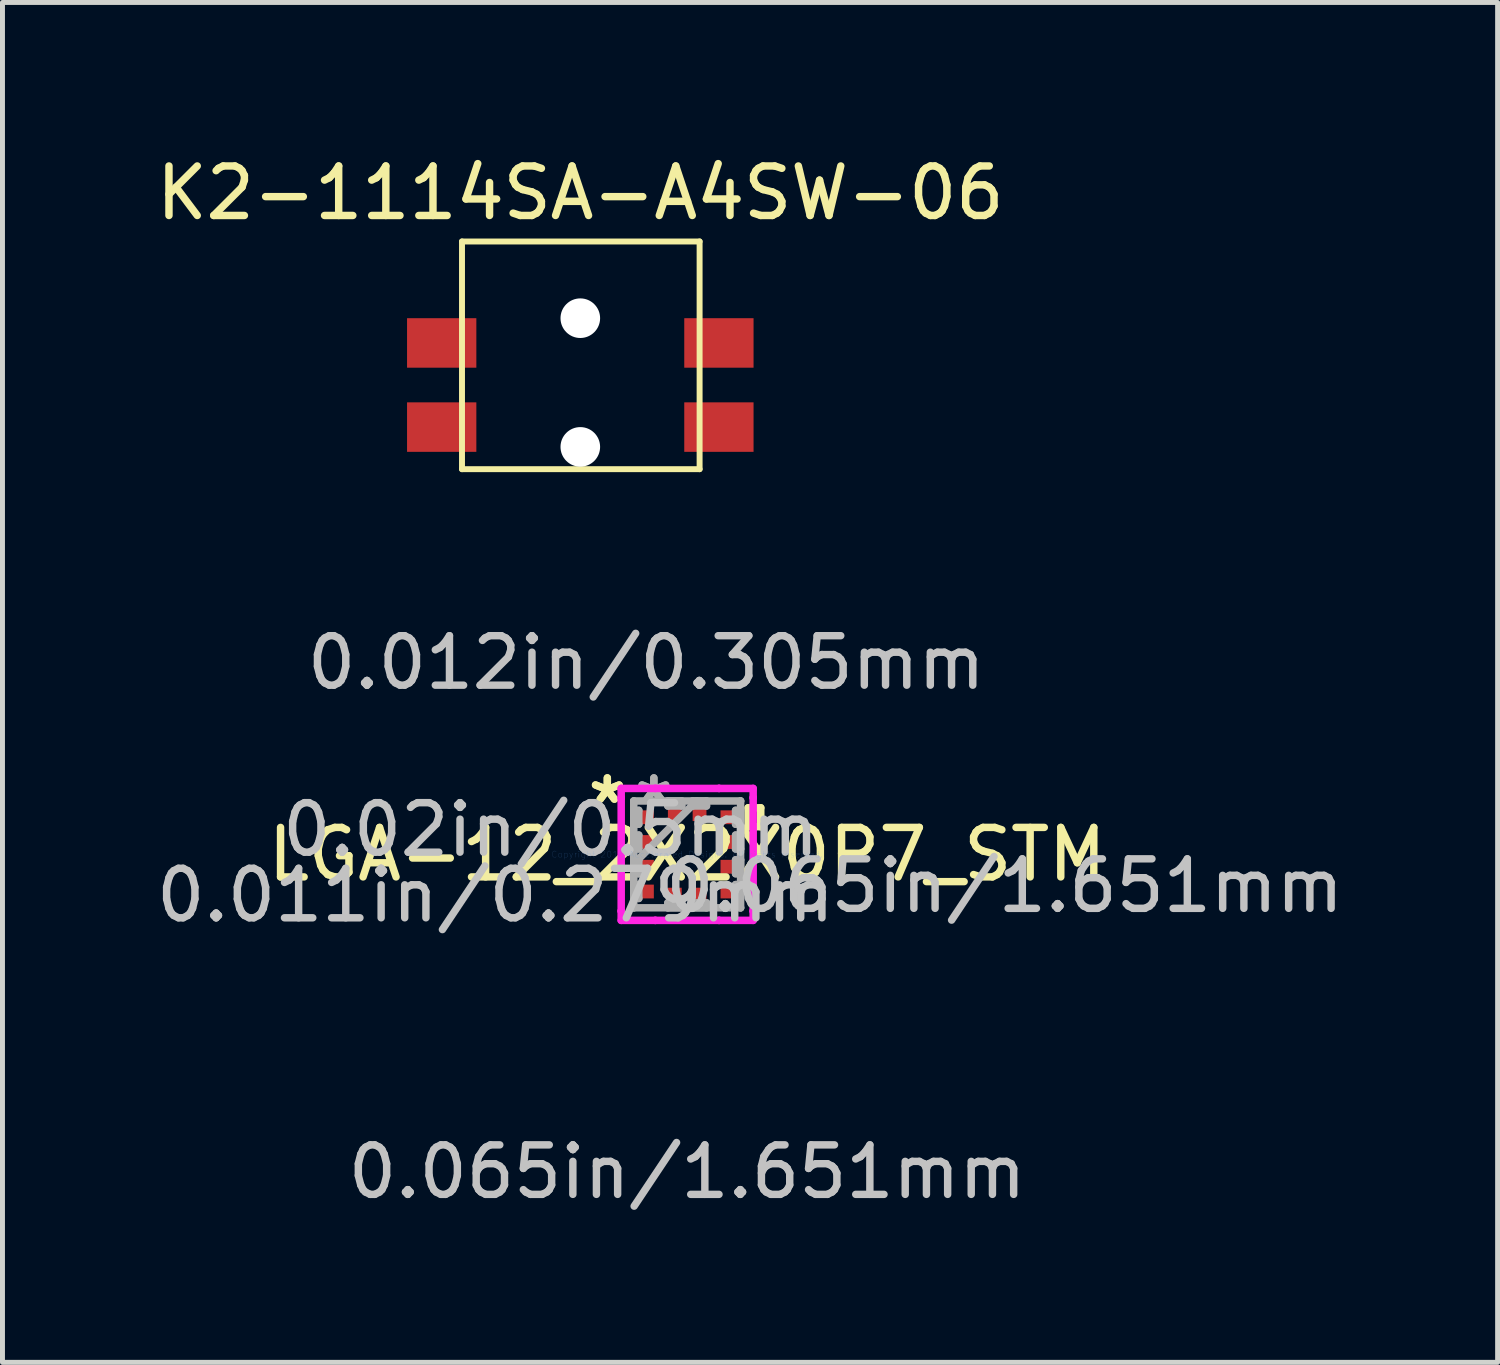
<source format=kicad_pcb>
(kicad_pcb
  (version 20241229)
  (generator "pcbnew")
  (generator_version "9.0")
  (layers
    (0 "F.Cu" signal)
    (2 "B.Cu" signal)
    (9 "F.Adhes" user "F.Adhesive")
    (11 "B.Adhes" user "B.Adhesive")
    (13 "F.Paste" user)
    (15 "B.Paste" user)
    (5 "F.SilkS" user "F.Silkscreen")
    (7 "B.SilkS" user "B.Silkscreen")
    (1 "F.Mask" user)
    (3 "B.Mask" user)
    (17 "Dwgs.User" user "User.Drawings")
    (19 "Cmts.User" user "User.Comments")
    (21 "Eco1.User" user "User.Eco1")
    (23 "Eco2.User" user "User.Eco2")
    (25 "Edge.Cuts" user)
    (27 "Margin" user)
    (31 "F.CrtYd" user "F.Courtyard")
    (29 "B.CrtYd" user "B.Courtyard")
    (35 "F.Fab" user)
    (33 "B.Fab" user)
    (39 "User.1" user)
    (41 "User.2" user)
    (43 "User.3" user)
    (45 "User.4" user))
  (footprint "K2-1114SA-A4SW-06"
    (layer "F.Cu")
    (at 8.673 4.678)
    (property "Reference" "K2-1114SA-A4SW-06" (at 0 -3.83 0) (layer "F.SilkS") (effects (font (size 1 1) (thickness 0.15))))
    (attr smd)
    (fp_line (start -2.39 -2.85) (end 2.41 -2.85) (stroke (width 0.12) (type solid)) (layer "F.SilkS"))
    (fp_line (start -2.39 1.75) (end -2.39 -2.85) (stroke (width 0.12) (type solid)) (layer "F.SilkS"))
    (fp_line (start 2.41 -2.85) (end 2.41 1.75) (stroke (width 0.12) (type solid)) (layer "F.SilkS"))
    (fp_line (start 2.41 1.75) (end -2.39 1.75) (stroke (width 0.12) (type solid)) (layer "F.SilkS"))
    (pad "" np_thru_hole circle (at 0 -1.3) (size 0.8 0.8) (drill 0.8) (layers "*.Cu" "*.Mask"))
    (pad "" np_thru_hole circle (at 0 1.3) (size 0.8 0.8) (drill 0.8) (layers "*.Cu" "*.Mask"))
    (pad "1" smd rect (at -2.8 -0.8) (size 1.4 1) (layers "F.Cu" "F.Mask" "F.Paste"))
    (pad "1" smd rect (at 2.8 -0.8) (size 1.4 1) (layers "F.Cu" "F.Mask" "F.Paste"))
    (pad "2" smd rect (at -2.8 0.9) (size 1.4 1) (layers "F.Cu" "F.Mask" "F.Paste"))
    (pad "2" smd rect (at 2.8 0.9) (size 1.4 1) (layers "F.Cu" "F.Mask" "F.Paste")))
  (footprint "LGA-12_2X2X0P7_STM"
    (layer "F.Cu")
    (at 10.832 14.21)
    (property "Reference" "LGA-12_2X2X0P7_STM" (at 0 0 0) (layer "F.SilkS") (effects (font (size 1 1) (thickness 0.15))))
    (attr through_hole)
    (fp_line (start 1.232 -0.941) (end 1.486 -0.941) (stroke (width 0.152) (type solid)) (layer "F.SilkS"))
    (fp_line (start 1.232 -0.56) (end 1.232 -0.941) (stroke (width 0.152) (type solid)) (layer "F.SilkS"))
    (fp_line (start 1.486 -0.941) (end 1.486 -0.56) (stroke (width 0.152) (type solid)) (layer "F.SilkS"))
    (fp_line (start 1.486 -0.56) (end 1.232 -0.56) (stroke (width 0.152) (type solid)) (layer "F.SilkS"))
    (fp_line (start -1.333 -1.333) (end -0.644 -1.333) (stroke (width 0.152) (type solid)) (layer "F.CrtYd"))
    (fp_line (start -1.333 -1.144) (end -1.333 -1.333) (stroke (width 0.152) (type solid)) (layer "F.CrtYd"))
    (fp_line (start -1.333 -1.144) (end -1.333 -1.144) (stroke (width 0.152) (type solid)) (layer "F.CrtYd"))
    (fp_line (start -1.333 1.144) (end -1.333 -1.144) (stroke (width 0.152) (type solid)) (layer "F.CrtYd"))
    (fp_line (start -1.333 1.144) (end -1.333 1.144) (stroke (width 0.152) (type solid)) (layer "F.CrtYd"))
    (fp_line (start -1.333 1.333) (end -1.333 1.144) (stroke (width 0.152) (type solid)) (layer "F.CrtYd"))
    (fp_line (start -0.644 -1.333) (end -0.644 -1.333) (stroke (width 0.152) (type solid)) (layer "F.CrtYd"))
    (fp_line (start -0.644 -1.333) (end 0.644 -1.333) (stroke (width 0.152) (type solid)) (layer "F.CrtYd"))
    (fp_line (start -0.644 1.333) (end -1.333 1.333) (stroke (width 0.152) (type solid)) (layer "F.CrtYd"))
    (fp_line (start -0.644 1.333) (end -0.644 1.333) (stroke (width 0.152) (type solid)) (layer "F.CrtYd"))
    (fp_line (start 0.644 -1.333) (end 0.644 -1.333) (stroke (width 0.152) (type solid)) (layer "F.CrtYd"))
    (fp_line (start 0.644 -1.333) (end 1.333 -1.333) (stroke (width 0.152) (type solid)) (layer "F.CrtYd"))
    (fp_line (start 0.644 1.333) (end -0.644 1.333) (stroke (width 0.152) (type solid)) (layer "F.CrtYd"))
    (fp_line (start 0.644 1.333) (end 0.644 1.333) (stroke (width 0.152) (type solid)) (layer "F.CrtYd"))
    (fp_line (start 1.333 -1.333) (end 1.333 -1.144) (stroke (width 0.152) (type solid)) (layer "F.CrtYd"))
    (fp_line (start 1.333 -1.144) (end 1.333 -1.144) (stroke (width 0.152) (type solid)) (layer "F.CrtYd"))
    (fp_line (start 1.333 -1.144) (end 1.333 1.144) (stroke (width 0.152) (type solid)) (layer "F.CrtYd"))
    (fp_line (start 1.333 1.144) (end 1.333 1.144) (stroke (width 0.152) (type solid)) (layer "F.CrtYd"))
    (fp_line (start 1.333 1.144) (end 1.333 1.333) (stroke (width 0.152) (type solid)) (layer "F.CrtYd"))
    (fp_line (start 1.333 1.333) (end 0.644 1.333) (stroke (width 0.152) (type solid)) (layer "F.CrtYd"))
    (fp_line (start -1.079 -1.079) (end -1.079 -1.079) (stroke (width 0.152) (type solid)) (layer "F.Fab"))
    (fp_line (start -1.079 -1.079) (end -1.079 1.079) (stroke (width 0.152) (type solid)) (layer "F.Fab"))
    (fp_line (start -1.079 -0.89) (end -0.978 -0.89) (stroke (width 0.152) (type solid)) (layer "F.Fab"))
    (fp_line (start -1.079 -0.61) (end -1.079 -0.89) (stroke (width 0.152) (type solid)) (layer "F.Fab"))
    (fp_line (start -1.079 -0.39) (end -0.978 -0.39) (stroke (width 0.152) (type solid)) (layer "F.Fab"))
    (fp_line (start -1.079 -0.11) (end -1.079 -0.39) (stroke (width 0.152) (type solid)) (layer "F.Fab"))
    (fp_line (start -1.079 0.11) (end -0.978 0.11) (stroke (width 0.152) (type solid)) (layer "F.Fab"))
    (fp_line (start -1.079 0.191) (end 0.191 -1.079) (stroke (width 0.152) (type solid)) (layer "F.Fab"))
    (fp_line (start -1.079 0.39) (end -1.079 0.11) (stroke (width 0.152) (type solid)) (layer "F.Fab"))
    (fp_line (start -1.079 0.61) (end -0.978 0.61) (stroke (width 0.152) (type solid)) (layer "F.Fab"))
    (fp_line (start -1.079 0.89) (end -1.079 0.61) (stroke (width 0.152) (type solid)) (layer "F.Fab"))
    (fp_line (start -1.079 1.079) (end -1.079 1.079) (stroke (width 0.152) (type solid)) (layer "F.Fab"))
    (fp_line (start -1.079 1.079) (end 1.079 1.079) (stroke (width 0.152) (type solid)) (layer "F.Fab"))
    (fp_line (start -0.978 -0.89) (end -0.978 -0.61) (stroke (width 0.152) (type solid)) (layer "F.Fab"))
    (fp_line (start -0.978 -0.61) (end -1.079 -0.61) (stroke (width 0.152) (type solid)) (layer "F.Fab"))
    (fp_line (start -0.978 -0.39) (end -0.978 -0.11) (stroke (width 0.152) (type solid)) (layer "F.Fab"))
    (fp_line (start -0.978 -0.11) (end -1.079 -0.11) (stroke (width 0.152) (type solid)) (layer "F.Fab"))
    (fp_line (start -0.978 0.11) (end -0.978 0.39) (stroke (width 0.152) (type solid)) (layer "F.Fab"))
    (fp_line (start -0.978 0.39) (end -1.079 0.39) (stroke (width 0.152) (type solid)) (layer "F.Fab"))
    (fp_line (start -0.978 0.61) (end -0.978 0.89) (stroke (width 0.152) (type solid)) (layer "F.Fab"))
    (fp_line (start -0.978 0.89) (end -1.079 0.89) (stroke (width 0.152) (type solid)) (layer "F.Fab"))
    (fp_line (start -0.39 -1.079) (end -0.11 -1.079) (stroke (width 0.152) (type solid)) (layer "F.Fab"))
    (fp_line (start -0.39 -0.978) (end -0.39 -1.079) (stroke (width 0.152) (type solid)) (layer "F.Fab"))
    (fp_line (start -0.39 0.978) (end -0.11 0.978) (stroke (width 0.152) (type solid)) (layer "F.Fab"))
    (fp_line (start -0.39 1.079) (end -0.39 0.978) (stroke (width 0.152) (type solid)) (layer "F.Fab"))
    (fp_line (start -0.11 -1.079) (end -0.11 -0.978) (stroke (width 0.152) (type solid)) (layer "F.Fab"))
    (fp_line (start -0.11 -0.978) (end -0.39 -0.978) (stroke (width 0.152) (type solid)) (layer "F.Fab"))
    (fp_line (start -0.11 0.978) (end -0.11 1.079) (stroke (width 0.152) (type solid)) (layer "F.Fab"))
    (fp_line (start -0.11 1.079) (end -0.39 1.079) (stroke (width 0.152) (type solid)) (layer "F.Fab"))
    (fp_line (start 0.11 -1.079) (end 0.39 -1.079) (stroke (width 0.152) (type solid)) (layer "F.Fab"))
    (fp_line (start 0.11 -0.978) (end 0.11 -1.079) (stroke (width 0.152) (type solid)) (layer "F.Fab"))
    (fp_line (start 0.11 0.978) (end 0.39 0.978) (stroke (width 0.152) (type solid)) (layer "F.Fab"))
    (fp_line (start 0.11 1.079) (end 0.11 0.978) (stroke (width 0.152) (type solid)) (layer "F.Fab"))
    (fp_line (start 0.39 -1.079) (end 0.39 -0.978) (stroke (width 0.152) (type solid)) (layer "F.Fab"))
    (fp_line (start 0.39 -0.978) (end 0.11 -0.978) (stroke (width 0.152) (type solid)) (layer "F.Fab"))
    (fp_line (start 0.39 0.978) (end 0.39 1.079) (stroke (width 0.152) (type solid)) (layer "F.Fab"))
    (fp_line (start 0.39 1.079) (end 0.11 1.079) (stroke (width 0.152) (type solid)) (layer "F.Fab"))
    (fp_line (start 0.978 -0.89) (end 1.079 -0.89) (stroke (width 0.152) (type solid)) (layer "F.Fab"))
    (fp_line (start 0.978 -0.61) (end 0.978 -0.89) (stroke (width 0.152) (type solid)) (layer "F.Fab"))
    (fp_line (start 0.978 -0.39) (end 1.079 -0.39) (stroke (width 0.152) (type solid)) (layer "F.Fab"))
    (fp_line (start 0.978 -0.11) (end 0.978 -0.39) (stroke (width 0.152) (type solid)) (layer "F.Fab"))
    (fp_line (start 0.978 0.11) (end 1.079 0.11) (stroke (width 0.152) (type solid)) (layer "F.Fab"))
    (fp_line (start 0.978 0.39) (end 0.978 0.11) (stroke (width 0.152) (type solid)) (layer "F.Fab"))
    (fp_line (start 0.978 0.61) (end 1.079 0.61) (stroke (width 0.152) (type solid)) (layer "F.Fab"))
    (fp_line (start 0.978 0.89) (end 0.978 0.61) (stroke (width 0.152) (type solid)) (layer "F.Fab"))
    (fp_line (start 1.079 -1.079) (end -1.079 -1.079) (stroke (width 0.152) (type solid)) (layer "F.Fab"))
    (fp_line (start 1.079 -1.079) (end 1.079 -1.079) (stroke (width 0.152) (type solid)) (layer "F.Fab"))
    (fp_line (start 1.079 -0.89) (end 1.079 -0.61) (stroke (width 0.152) (type solid)) (layer "F.Fab"))
    (fp_line (start 1.079 -0.61) (end 0.978 -0.61) (stroke (width 0.152) (type solid)) (layer "F.Fab"))
    (fp_line (start 1.079 -0.39) (end 1.079 -0.11) (stroke (width 0.152) (type solid)) (layer "F.Fab"))
    (fp_line (start 1.079 -0.11) (end 0.978 -0.11) (stroke (width 0.152) (type solid)) (layer "F.Fab"))
    (fp_line (start 1.079 0.11) (end 1.079 0.39) (stroke (width 0.152) (type solid)) (layer "F.Fab"))
    (fp_line (start 1.079 0.39) (end 0.978 0.39) (stroke (width 0.152) (type solid)) (layer "F.Fab"))
    (fp_line (start 1.079 0.61) (end 1.079 0.89) (stroke (width 0.152) (type solid)) (layer "F.Fab"))
    (fp_line (start 1.079 0.89) (end 0.978 0.89) (stroke (width 0.152) (type solid)) (layer "F.Fab"))
    (fp_line (start 1.079 1.079) (end 1.079 -1.079) (stroke (width 0.152) (type solid)) (layer "F.Fab"))
    (fp_line (start 1.079 1.079) (end 1.079 1.079) (stroke (width 0.152) (type solid)) (layer "F.Fab"))
    (fp_text user "*" (at -1.613 -1 0) (layer "F.SilkS") (effects (font (size 1 1) (thickness 0.15))))
    (fp_text user "*" (at -1.613 -1 0) (layer "F.SilkS") (effects (font (size 1 1) (thickness 0.15))))
    (fp_text user "0.065in/1.651mm" (at 6.413 0.635 0) (layer "Dwgs.User") (effects (font (size 1 1) (thickness 0.15))))
    (fp_text user "0.02in/0.5mm" (at -2.756 -0.5 0) (layer "Dwgs.User") (effects (font (size 1 1) (thickness 0.15))))
    (fp_text user "0.012in/0.305mm" (at -0.826 -3.873 0) (layer "Dwgs.User") (effects (font (size 1 1) (thickness 0.15))))
    (fp_text user "0.065in/1.651mm" (at 0 6.413 0) (layer "Dwgs.User") (effects (font (size 1 1) (thickness 0.15))))
    (fp_text user "0.011in/0.279mm" (at -3.873 0.826 0) (layer "Dwgs.User") (effects (font (size 1 1) (thickness 0.15))))
    (fp_text user "Copyright 2016 Accelerated Designs. All rights reserved." (at 0 0 0) (layer "Cmts.User") (effects (font (size 0.127 0.127) (thickness 0.002))))
    (fp_text user "*" (at -0.673 -1 0) (layer "F.Fab") (effects (font (size 1 1) (thickness 0.15))))
    (fp_text user "*" (at -0.673 -1 0) (layer "F.Fab") (effects (font (size 1 1) (thickness 0.15))))
    (pad "1" smd rect (at -0.826 -0.75 90) (size 0.279 0.305) (layers "F.Cu" "F.Mask" "F.Paste"))
    (pad "2" smd rect (at -0.826 -0.25 90) (size 0.279 0.305) (layers "F.Cu" "F.Mask" "F.Paste"))
    (pad "3" smd rect (at -0.826 0.25 90) (size 0.279 0.305) (layers "F.Cu" "F.Mask" "F.Paste"))
    (pad "4" smd rect (at -0.826 0.75 90) (size 0.279 0.305) (layers "F.Cu" "F.Mask" "F.Paste"))
    (pad "5" smd rect (at -0.25 0.826) (size 0.279 0.305) (layers "F.Cu" "F.Mask" "F.Paste"))
    (pad "6" smd rect (at 0.25 0.826) (size 0.279 0.305) (layers "F.Cu" "F.Mask" "F.Paste"))
    (pad "7" smd rect (at 0.826 0.75 90) (size 0.279 0.305) (layers "F.Cu" "F.Mask" "F.Paste"))
    (pad "8" smd rect (at 0.826 0.25 90) (size 0.279 0.305) (layers "F.Cu" "F.Mask" "F.Paste"))
    (pad "9" smd rect (at 0.826 -0.25 90) (size 0.279 0.305) (layers "F.Cu" "F.Mask" "F.Paste"))
    (pad "10" smd rect (at 0.826 -0.75 90) (size 0.279 0.305) (layers "F.Cu" "F.Mask" "F.Paste"))
    (pad "11" smd rect (at 0.25 -0.826) (size 0.279 0.305) (layers "F.Cu" "F.Mask" "F.Paste"))
    (pad "12" smd rect (at -0.25 -0.826) (size 0.279 0.305) (layers "F.Cu" "F.Mask" "F.Paste")))
  (gr_rect
    (start -3 -3)
    (end 27.204 24.472)
    (stroke (width 0.1) (type default))
    (fill no)
    (layer "Edge.Cuts")))
</source>
